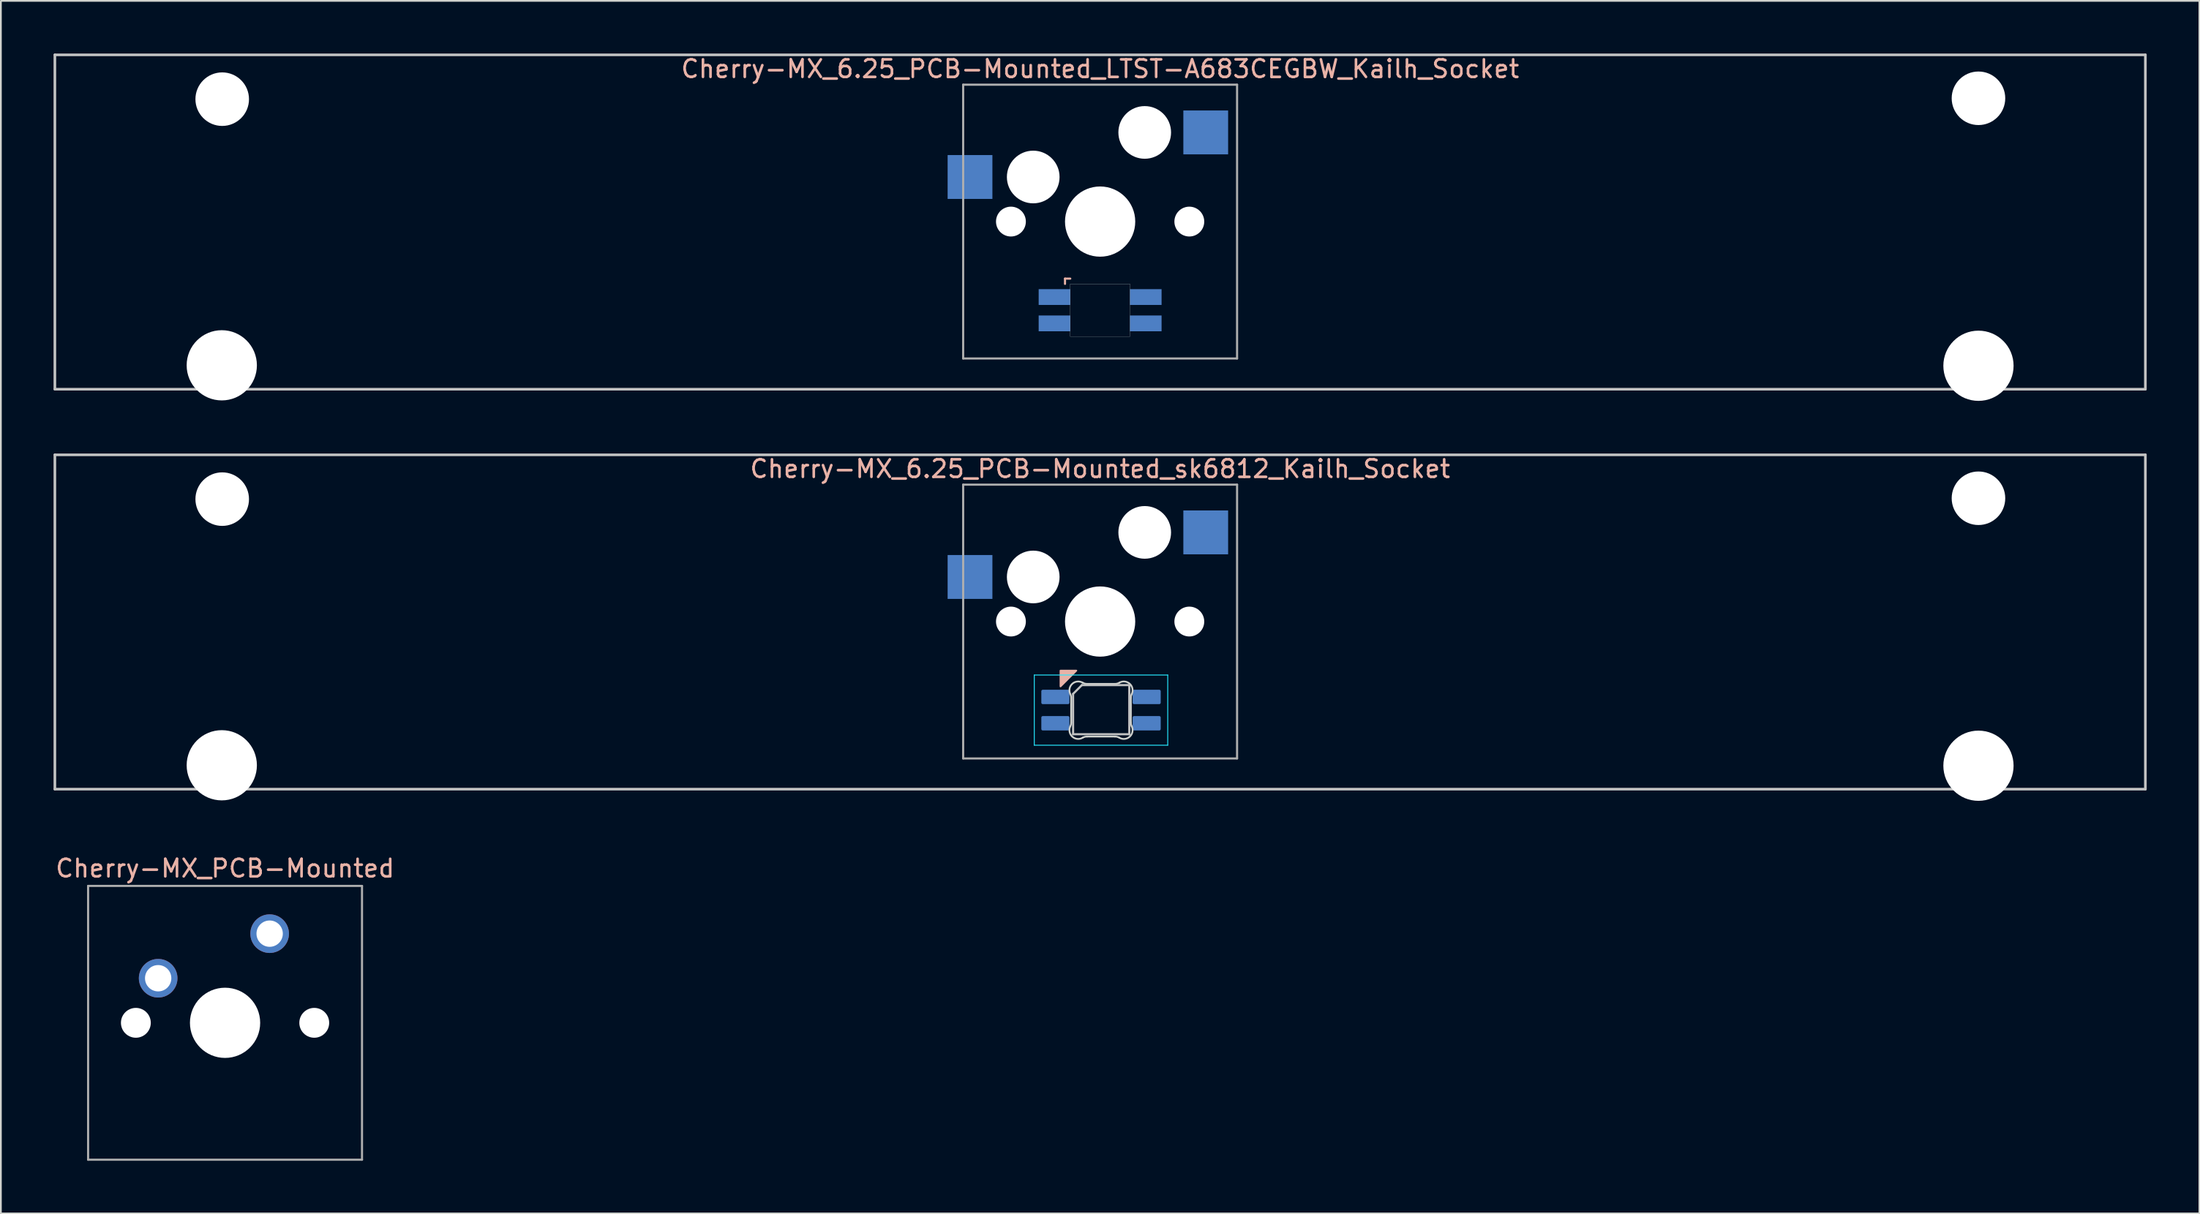
<source format=kicad_pcb>
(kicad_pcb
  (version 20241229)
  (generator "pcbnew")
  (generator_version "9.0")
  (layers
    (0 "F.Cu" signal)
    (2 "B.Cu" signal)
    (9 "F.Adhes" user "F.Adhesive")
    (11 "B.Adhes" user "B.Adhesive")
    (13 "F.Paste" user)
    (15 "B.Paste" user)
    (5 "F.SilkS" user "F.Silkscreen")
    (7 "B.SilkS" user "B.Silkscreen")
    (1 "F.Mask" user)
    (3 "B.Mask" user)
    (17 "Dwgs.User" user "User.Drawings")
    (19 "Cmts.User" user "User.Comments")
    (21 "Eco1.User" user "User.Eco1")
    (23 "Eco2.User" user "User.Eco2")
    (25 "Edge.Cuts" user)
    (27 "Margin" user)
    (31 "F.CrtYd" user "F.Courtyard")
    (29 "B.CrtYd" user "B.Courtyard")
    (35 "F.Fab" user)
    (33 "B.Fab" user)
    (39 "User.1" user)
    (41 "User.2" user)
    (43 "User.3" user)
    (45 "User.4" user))
  (footprint "Cherry-MX_6.25_PCB-Mounted_sk6812_Kailh_Socket"
    (layer "F.Cu")
    (at 59.606 32.364)
    (property "Reference" "Cherry-MX_6.25_PCB-Mounted_sk6812_Kailh_Socket" (at 0 -8.7 0) (layer "B.SilkS") (effects (font (size 1 1) (thickness 0.15))))
    (attr smd)
    (fp_poly (pts (xy -2.256 3.696) (xy -1.356 2.796) (xy -2.256 2.796)) (stroke (width 0.1) (type solid)) (fill yes) (layer "B.SilkS"))
    (fp_line (start -59.531 -9.5) (end 59.531 -9.5) (stroke (width 0.15) (type solid)) (layer "Dwgs.User"))
    (fp_line (start -59.531 9.55) (end -59.531 -9.5) (stroke (width 0.15) (type solid)) (layer "Dwgs.User"))
    (fp_line (start -1.539 4.121) (end -1.539 6.421) (stroke (width 0.12) (type solid)) (layer "Dwgs.User"))
    (fp_line (start -1.539 4.121) (end -1.039 3.621) (stroke (width 0.12) (type solid)) (layer "Dwgs.User"))
    (fp_line (start -1.539 6.421) (end 1.661 6.421) (stroke (width 0.12) (type solid)) (layer "Dwgs.User"))
    (fp_line (start 1.661 3.621) (end -1.039 3.621) (stroke (width 0.12) (type solid)) (layer "Dwgs.User"))
    (fp_line (start 1.661 6.421) (end 1.661 3.621) (stroke (width 0.12) (type solid)) (layer "Dwgs.User"))
    (fp_line (start 59.531 -9.5) (end 59.531 9.55) (stroke (width 0.15) (type solid)) (layer "Dwgs.User"))
    (fp_line (start 59.531 9.55) (end -59.531 9.55) (stroke (width 0.15) (type solid)) (layer "Dwgs.User"))
    (fp_line (start -1.649 5.755) (end -1.649 4.349) (stroke (width 0.1) (type solid)) (layer "Edge.Cuts"))
    (fp_line (start -0.744 3.552) (end 0.845 3.552) (stroke (width 0.1) (type solid)) (layer "Edge.Cuts"))
    (fp_line (start 0.845 6.552) (end -0.744 6.552) (stroke (width 0.1) (type solid)) (layer "Edge.Cuts"))
    (fp_line (start 1.751 4.349) (end 1.751 5.755) (stroke (width 0.1) (type solid)) (layer "Edge.Cuts"))
    (fp_arc (start -1.698704 4.132296) (mid -1.587253 3.548009) (end -0.995911 3.48376) (stroke (width 0.1) (type solid)) (layer "Edge.Cuts"))
    (fp_arc (start -1.698684 4.132339) (mid -1.661727 4.237991) (end -1.649199 4.349217) (stroke (width 0.1) (type solid)) (layer "Edge.Cuts"))
    (fp_arc (start -1.649199 5.754902) (mid -1.661727 5.866127) (end -1.698684 5.971779) (stroke (width 0.1) (type solid)) (layer "Edge.Cuts"))
    (fp_arc (start -0.995911 6.620356) (mid -1.58727 6.556093) (end -1.698684 5.971779) (stroke (width 0.1) (type solid)) (layer "Edge.Cuts"))
    (fp_arc (start -0.99591 6.620358) (mid -0.874322 6.569436) (end -0.743652 6.552059) (stroke (width 0.1) (type solid)) (layer "Edge.Cuts"))
    (fp_arc (start -0.743653 3.552059) (mid -0.874323 3.534682) (end -0.995911 3.48376) (stroke (width 0.1) (type solid)) (layer "Edge.Cuts"))
    (fp_arc (start 0.845252 6.552059) (mid 0.975923 6.569436) (end 1.097511 6.620358) (stroke (width 0.1) (type solid)) (layer "Edge.Cuts"))
    (fp_arc (start 1.097511 3.483761) (mid 0.975923 3.534683) (end 0.845253 3.55206) (stroke (width 0.1) (type solid)) (layer "Edge.Cuts"))
    (fp_arc (start 1.097511 3.483761) (mid 1.688871 3.548025) (end 1.800284 4.132339) (stroke (width 0.1) (type solid)) (layer "Edge.Cuts"))
    (fp_arc (start 1.750799 4.349216) (mid 1.763327 4.237991) (end 1.800284 4.132339) (stroke (width 0.1) (type solid)) (layer "Edge.Cuts"))
    (fp_arc (start 1.800284 5.971778) (mid 1.688872 6.556094) (end 1.097511 6.620358) (stroke (width 0.1) (type solid)) (layer "Edge.Cuts"))
    (fp_arc (start 1.800284 5.971779) (mid 1.763327 5.866127) (end 1.750799 5.754901) (stroke (width 0.1) (type solid)) (layer "Edge.Cuts"))
    (fp_line (start -3.749 3.046) (end -3.749 7.046) (stroke (width 0.05) (type solid)) (layer "B.CrtYd"))
    (fp_line (start -3.749 7.046) (end 3.851 7.046) (stroke (width 0.05) (type solid)) (layer "B.CrtYd"))
    (fp_line (start 3.851 3.046) (end -3.749 3.046) (stroke (width 0.05) (type solid)) (layer "B.CrtYd"))
    (fp_line (start 3.851 7.046) (end 3.851 3.046) (stroke (width 0.05) (type solid)) (layer "B.CrtYd"))
    (fp_line (start -7.8 -7.8) (end 7.8 -7.8) (stroke (width 0.12) (type solid)) (layer "F.Fab"))
    (fp_line (start -7.8 7.8) (end -7.8 -7.8) (stroke (width 0.12) (type solid)) (layer "F.Fab"))
    (fp_line (start 7.8 7.8) (end -7.8 7.8) (stroke (width 0.12) (type solid)) (layer "F.Fab"))
    (fp_line (start 7.8 7.8) (end 7.8 -7.8) (stroke (width 0.12) (type solid)) (layer "F.Fab"))
    (pad "" np_thru_hole circle (at -50.025 8.189) (size 4 4) (drill 4) (layers "*.Cu" "*.Mask"))
    (pad "" np_thru_hole circle (at -50 -6.975) (size 3.05 3.05) (drill 3.05) (layers "*.Cu" "*.Mask"))
    (pad "" np_thru_hole circle (at -5.08 0) (size 1.7 1.7) (drill 1.7) (layers "*.Cu" "*.Mask"))
    (pad "" np_thru_hole circle (at -3.81 -2.54) (size 3 3) (drill 3) (layers "*.Cu" "*.Mask"))
    (pad "" np_thru_hole circle (at 0 0) (size 4 4) (drill 4) (layers "*.Cu" "*.Mask"))
    (pad "" np_thru_hole circle (at 2.54 -5.08) (size 3 3) (drill 3) (layers "*.Cu" "*.Mask"))
    (pad "" np_thru_hole circle (at 5.08 0) (size 1.7 1.7) (drill 1.7) (layers "*.Cu" "*.Mask"))
    (pad "" np_thru_hole circle (at 50.025 -7.025) (size 3.05 3.05) (drill 3.05) (layers "*.Cu" "*.Mask"))
    (pad "" np_thru_hole circle (at 50.025 8.215) (size 4 4) (drill 4) (layers "*.Cu" "*.Mask"))
    (pad "1" smd roundrect (at -2.549 4.296 270) (size 0.82 1.6) (layers "B.Cu" "B.Mask" "B.Paste") (roundrect_rratio 0.1))
    (pad "2" smd roundrect (at -2.549 5.796 270) (size 0.82 1.6) (layers "B.Cu" "B.Mask" "B.Paste") (roundrect_rratio 0.1))
    (pad "3" smd roundrect (at 2.651 4.296 270) (size 0.82 1.6) (layers "B.Cu" "B.Mask" "B.Paste") (roundrect_rratio 0.1))
    (pad "4" smd roundrect (at 2.651 5.796 270) (size 0.82 1.6) (layers "B.Cu" "B.Mask" "B.Paste") (roundrect_rratio 0.1))
    (pad "5" smd rect (at -7.41 -2.54) (size 2.55 2.5) (layers "B.Cu" "B.Mask" "B.Paste"))
    (pad "6" smd rect (at 6.015 -5.08) (size 2.55 2.5) (layers "B.Cu" "B.Mask" "B.Paste")))
  (footprint "Cherry-MX_PCB-Mounted"
    (layer "F.Cu")
    (at 9.768 55.227)
    (property "Reference" "Cherry-MX_PCB-Mounted" (at 0 -8.8 0) (layer "B.SilkS") (effects (font (size 1 1) (thickness 0.15))))
    (attr through_hole)
    (fp_line (start -7.8 -7.8) (end -7.8 7.8) (stroke (width 0.12) (type solid)) (layer "F.Fab"))
    (fp_line (start -7.8 -7.8) (end 7.8 -7.8) (stroke (width 0.12) (type solid)) (layer "F.Fab"))
    (fp_line (start -7.8 7.8) (end 7.8 7.8) (stroke (width 0.12) (type solid)) (layer "F.Fab"))
    (fp_line (start 7.8 -7.8) (end 7.8 7.8) (stroke (width 0.12) (type solid)) (layer "F.Fab"))
    (pad "" np_thru_hole circle (at -5.08 0) (size 1.7 1.7) (drill 1.7) (layers "*.Cu" "*.Mask"))
    (pad "" np_thru_hole circle (at 0 0) (size 4 4) (drill 4) (layers "*.Cu" "*.Mask"))
    (pad "" np_thru_hole circle (at 5.08 0) (size 1.7 1.7) (drill 1.7) (layers "*.Cu" "*.Mask"))
    (pad "1" thru_hole circle (at -3.81 -2.54) (size 2.2 2.2) (drill 1.5) (layers "*.Cu" "*.Mask"))
    (pad "2" thru_hole circle (at 2.54 -5.08) (size 2.2 2.2) (drill 1.5) (layers "*.Cu" "*.Mask")))
  (footprint "Cherry-MX_6.25_PCB-Mounted_LTST-A683CEGBW_Kailh_Socket"
    (layer "F.Cu")
    (at 59.606 9.575)
    (property "Reference" "Cherry-MX_6.25_PCB-Mounted_LTST-A683CEGBW_Kailh_Socket" (at 0 -8.7 0) (layer "B.SilkS") (effects (font (size 1 1) (thickness 0.15))))
    (attr smd)
    (fp_line (start -2 3.25) (end -2 3.55) (stroke (width 0.12) (type solid)) (layer "B.SilkS"))
    (fp_line (start -1.7 3.25) (end -2 3.25) (stroke (width 0.12) (type solid)) (layer "B.SilkS"))
    (fp_line (start -59.531 -9.5) (end 59.531 -9.5) (stroke (width 0.15) (type solid)) (layer "Dwgs.User"))
    (fp_line (start -59.531 9.55) (end -59.531 -9.5) (stroke (width 0.15) (type solid)) (layer "Dwgs.User"))
    (fp_line (start 59.531 -9.5) (end 59.531 9.55) (stroke (width 0.15) (type solid)) (layer "Dwgs.User"))
    (fp_line (start 59.531 9.55) (end -59.531 9.55) (stroke (width 0.15) (type solid)) (layer "Dwgs.User"))
    (fp_poly (pts (xy 1.7 6.55) (xy -1.7 6.55) (xy -1.7 3.55) (xy 1.7 3.55)) (stroke (width 0.01) (type solid)) (fill no) (layer "Edge.Cuts"))
    (fp_line (start -7.8 -7.8) (end 7.8 -7.8) (stroke (width 0.12) (type solid)) (layer "F.Fab"))
    (fp_line (start -7.8 7.8) (end -7.8 -7.8) (stroke (width 0.12) (type solid)) (layer "F.Fab"))
    (fp_line (start 7.8 7.8) (end -7.8 7.8) (stroke (width 0.12) (type solid)) (layer "F.Fab"))
    (fp_line (start 7.8 7.8) (end 7.8 -7.8) (stroke (width 0.12) (type solid)) (layer "F.Fab"))
    (pad "" np_thru_hole circle (at -50.025 8.189) (size 4 4) (drill 4) (layers "*.Cu" "*.Mask"))
    (pad "" np_thru_hole circle (at -50 -6.975) (size 3.05 3.05) (drill 3.05) (layers "*.Cu" "*.Mask"))
    (pad "" np_thru_hole circle (at -5.08 0) (size 1.7 1.7) (drill 1.7) (layers "*.Cu" "*.Mask"))
    (pad "" np_thru_hole circle (at -3.81 -2.54) (size 3 3) (drill 3) (layers "*.Cu" "*.Mask"))
    (pad "" np_thru_hole circle (at 0 0) (size 4 4) (drill 4) (layers "*.Cu" "*.Mask"))
    (pad "" np_thru_hole circle (at 2.54 -5.08) (size 3 3) (drill 3) (layers "*.Cu" "*.Mask"))
    (pad "" np_thru_hole circle (at 5.08 0) (size 1.7 1.7) (drill 1.7) (layers "*.Cu" "*.Mask"))
    (pad "" np_thru_hole circle (at 50.025 -7.025) (size 3.05 3.05) (drill 3.05) (layers "*.Cu" "*.Mask"))
    (pad "" np_thru_hole circle (at 50.025 8.215) (size 4 4) (drill 4) (layers "*.Cu" "*.Mask"))
    (pad "1" smd rect (at -2.6 4.3) (size 1.8 0.9) (layers "B.Cu" "B.Mask" "B.Paste"))
    (pad "2" smd rect (at -2.6 5.8) (size 1.8 0.9) (layers "B.Cu" "B.Mask" "B.Paste"))
    (pad "3" smd rect (at 2.6 4.3) (size 1.8 0.9) (layers "B.Cu" "B.Mask" "B.Paste"))
    (pad "4" smd rect (at 2.6 5.8) (size 1.8 0.9) (layers "B.Cu" "B.Mask" "B.Paste"))
    (pad "5" smd rect (at -7.41 -2.54) (size 2.55 2.5) (layers "B.Cu" "B.Mask" "B.Paste"))
    (pad "6" smd rect (at 6.015 -5.08) (size 2.55 2.5) (layers "B.Cu" "B.Mask" "B.Paste")))
  (gr_rect
    (start -3 -3)
    (end 122.213 66.087)
    (stroke (width 0.1) (type default))
    (fill no)
    (layer "Edge.Cuts")))
</source>
